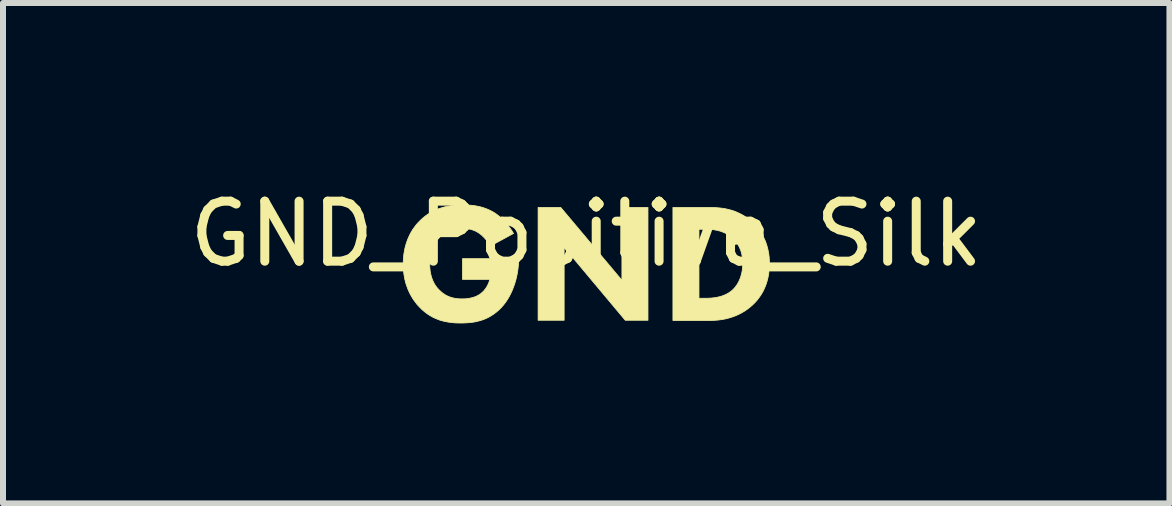
<source format=kicad_pcb>
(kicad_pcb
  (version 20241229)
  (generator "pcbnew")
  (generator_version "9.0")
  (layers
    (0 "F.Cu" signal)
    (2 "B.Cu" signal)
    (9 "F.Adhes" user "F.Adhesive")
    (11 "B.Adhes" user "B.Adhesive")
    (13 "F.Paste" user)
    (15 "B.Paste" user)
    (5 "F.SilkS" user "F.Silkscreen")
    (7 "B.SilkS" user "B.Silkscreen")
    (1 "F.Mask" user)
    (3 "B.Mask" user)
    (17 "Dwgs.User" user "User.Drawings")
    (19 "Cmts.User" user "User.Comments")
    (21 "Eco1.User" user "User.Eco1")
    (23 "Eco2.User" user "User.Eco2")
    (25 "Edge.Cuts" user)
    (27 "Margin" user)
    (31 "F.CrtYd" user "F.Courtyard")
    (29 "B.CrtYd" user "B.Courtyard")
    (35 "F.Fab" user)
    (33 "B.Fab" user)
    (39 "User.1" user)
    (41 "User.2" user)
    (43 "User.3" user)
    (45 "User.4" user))
  (footprint "GND_Positive_Silk"
    (layer "F.Cu")
    (at 6.72 1.348)
    (property "Reference" "GND_Positive_Silk" (at 0 -0.5 0) (unlocked yes) (layer "F.SilkS") (effects (font (size 1 1) (thickness 0.15))))
    (fp_poly (pts (xy 0.595 0.273) (xy 0.595 -0.941) (xy 1.029 -0.941) (xy 1.029 0.94) (xy 0.651 0.94) (xy -0.368 -0.277) (xy -0.368 0.94) (xy -0.802 0.94) (xy -0.802 -0.941) (xy -0.425 -0.941)) (stroke (width 0.013) (type solid)) (fill yes) (layer "F.SilkS"))
    (fp_poly (pts (xy 2.088 -0.94) (xy 2.134 -0.939) (xy 2.182 -0.936) (xy 2.229 -0.932) (xy 2.276 -0.926) (xy 2.324 -0.918) (xy 2.371 -0.907) (xy 2.418 -0.895) (xy 2.465 -0.88) (xy 2.512 -0.861) (xy 2.558 -0.84) (xy 2.604 -0.816) (xy 2.65 -0.788) (xy 2.694 -0.756) (xy 2.739 -0.72) (xy 2.782 -0.68) (xy 2.812 -0.649) (xy 2.841 -0.616) (xy 2.869 -0.582) (xy 2.894 -0.547) (xy 2.918 -0.51) (xy 2.941 -0.472) (xy 2.961 -0.433) (xy 2.98 -0.392) (xy 2.997 -0.349) (xy 3.011 -0.305) (xy 3.024 -0.259) (xy 3.034 -0.212) (xy 3.043 -0.163) (xy 3.049 -0.112) (xy 3.052 -0.06) (xy 3.054 -0.006) (xy 3.052 0.048) (xy 3.049 0.101) (xy 3.043 0.151) (xy 3.035 0.2) (xy 3.025 0.247) (xy 3.013 0.293) (xy 2.999 0.337) (xy 2.983 0.379) (xy 2.965 0.42) (xy 2.946 0.459) (xy 2.925 0.496) (xy 2.902 0.532) (xy 2.877 0.567) (xy 2.852 0.6) (xy 2.825 0.631) (xy 2.796 0.661) (xy 2.771 0.685) (xy 2.746 0.707) (xy 2.696 0.748) (xy 2.644 0.784) (xy 2.592 0.815) (xy 2.54 0.842) (xy 2.488 0.865) (xy 2.436 0.884) (xy 2.386 0.9) (xy 2.337 0.913) (xy 2.289 0.923) (xy 2.243 0.93) (xy 2.2 0.936) (xy 2.159 0.939) (xy 2.121 0.942) (xy 2.055 0.943) (xy 1.445 0.943) (xy 1.445 0.573) (xy 1.879 0.573) (xy 1.995 0.573) (xy 2.034 0.572) (xy 2.081 0.57) (xy 2.107 0.567) (xy 2.135 0.564) (xy 2.163 0.56) (xy 2.192 0.554) (xy 2.222 0.547) (xy 2.252 0.539) (xy 2.282 0.528) (xy 2.312 0.516) (xy 2.341 0.502) (xy 2.356 0.494) (xy 2.37 0.486) (xy 2.385 0.477) (xy 2.399 0.467) (xy 2.412 0.457) (xy 2.426 0.446) (xy 2.445 0.429) (xy 2.463 0.41) (xy 2.481 0.39) (xy 2.497 0.368) (xy 2.514 0.345) (xy 2.529 0.319) (xy 2.543 0.293) (xy 2.556 0.265) (xy 2.568 0.235) (xy 2.578 0.204) (xy 2.587 0.171) (xy 2.595 0.138) (xy 2.601 0.103) (xy 2.605 0.067) (xy 2.608 0.029) (xy 2.609 -0.009) (xy 2.608 -0.047) (xy 2.605 -0.083) (xy 2.601 -0.118) (xy 2.595 -0.15) (xy 2.588 -0.181) (xy 2.58 -0.21) (xy 2.57 -0.237) (xy 2.559 -0.262) (xy 2.548 -0.286) (xy 2.536 -0.309) (xy 2.523 -0.33) (xy 2.509 -0.35) (xy 2.496 -0.368) (xy 2.482 -0.385) (xy 2.468 -0.401) (xy 2.454 -0.415) (xy 2.441 -0.428) (xy 2.427 -0.44) (xy 2.399 -0.463) (xy 2.371 -0.482) (xy 2.342 -0.5) (xy 2.312 -0.515) (xy 2.282 -0.528) (xy 2.252 -0.54) (xy 2.222 -0.549) (xy 2.192 -0.557) (xy 2.162 -0.563) (xy 2.133 -0.568) (xy 2.104 -0.572) (xy 2.075 -0.574) (xy 2.048 -0.576) (xy 1.995 -0.577) (xy 1.879 -0.577) (xy 1.879 0.573) (xy 1.445 0.573) (xy 1.445 -0.941) (xy 2.041 -0.941)) (stroke (width 0.013) (type solid)) (fill yes) (layer "F.SilkS"))
    (fp_poly (pts (xy -1.984 -0.982) (xy -1.953 -0.98) (xy -1.921 -0.977) (xy -1.888 -0.974) (xy -1.855 -0.969) (xy -1.821 -0.963) (xy -1.787 -0.956) (xy -1.753 -0.948) (xy -1.719 -0.938) (xy -1.685 -0.926) (xy -1.65 -0.913) (xy -1.616 -0.898) (xy -1.582 -0.881) (xy -1.548 -0.863) (xy -1.515 -0.842) (xy -1.491 -0.825) (xy -1.468 -0.808) (xy -1.445 -0.789) (xy -1.423 -0.77) (xy -1.402 -0.75) (xy -1.381 -0.729) (xy -1.36 -0.708) (xy -1.341 -0.686) (xy -1.322 -0.664) (xy -1.303 -0.642) (xy -1.286 -0.619) (xy -1.269 -0.596) (xy -1.254 -0.574) (xy -1.239 -0.551) (xy -1.225 -0.529) (xy -1.212 -0.507) (xy -1.603 -0.295) (xy -1.61 -0.309) (xy -1.617 -0.323) (xy -1.625 -0.337) (xy -1.633 -0.35) (xy -1.642 -0.364) (xy -1.652 -0.377) (xy -1.661 -0.391) (xy -1.671 -0.404) (xy -1.682 -0.417) (xy -1.693 -0.43) (xy -1.705 -0.442) (xy -1.717 -0.454) (xy -1.729 -0.466) (xy -1.742 -0.478) (xy -1.755 -0.489) (xy -1.769 -0.5) (xy -1.785 -0.511) (xy -1.801 -0.522) (xy -1.818 -0.532) (xy -1.834 -0.541) (xy -1.851 -0.549) (xy -1.869 -0.557) (xy -1.886 -0.563) (xy -1.904 -0.569) (xy -1.922 -0.575) (xy -1.941 -0.579) (xy -1.96 -0.583) (xy -1.979 -0.586) (xy -1.998 -0.588) (xy -2.018 -0.59) (xy -2.038 -0.591) (xy -2.058 -0.591) (xy -2.09 -0.591) (xy -2.121 -0.589) (xy -2.151 -0.586) (xy -2.179 -0.581) (xy -2.207 -0.575) (xy -2.234 -0.569) (xy -2.259 -0.56) (xy -2.284 -0.551) (xy -2.308 -0.541) (xy -2.33 -0.53) (xy -2.352 -0.517) (xy -2.373 -0.504) (xy -2.392 -0.489) (xy -2.411 -0.474) (xy -2.429 -0.457) (xy -2.446 -0.44) (xy -2.465 -0.419) (xy -2.484 -0.396) (xy -2.5 -0.373) (xy -2.516 -0.348) (xy -2.531 -0.323) (xy -2.544 -0.297) (xy -2.556 -0.269) (xy -2.567 -0.241) (xy -2.577 -0.212) (xy -2.585 -0.183) (xy -2.592 -0.153) (xy -2.598 -0.122) (xy -2.603 -0.091) (xy -2.606 -0.059) (xy -2.608 -0.028) (xy -2.608 0.005) (xy -2.608 0.044) (xy -2.605 0.082) (xy -2.601 0.118) (xy -2.595 0.152) (xy -2.588 0.184) (xy -2.58 0.215) (xy -2.57 0.244) (xy -2.56 0.272) (xy -2.548 0.297) (xy -2.536 0.322) (xy -2.523 0.344) (xy -2.509 0.365) (xy -2.495 0.385) (xy -2.48 0.403) (xy -2.465 0.42) (xy -2.45 0.435) (xy -2.429 0.455) (xy -2.408 0.474) (xy -2.386 0.491) (xy -2.364 0.506) (xy -2.342 0.52) (xy -2.319 0.532) (xy -2.296 0.542) (xy -2.272 0.552) (xy -2.248 0.56) (xy -2.224 0.566) (xy -2.199 0.572) (xy -2.174 0.576) (xy -2.148 0.579) (xy -2.122 0.582) (xy -2.096 0.583) (xy -2.069 0.583) (xy -2.035 0.583) (xy -2.003 0.581) (xy -1.973 0.577) (xy -1.945 0.573) (xy -1.918 0.567) (xy -1.894 0.561) (xy -1.871 0.554) (xy -1.85 0.547) (xy -1.831 0.539) (xy -1.814 0.53) (xy -1.798 0.522) (xy -1.783 0.513) (xy -1.771 0.505) (xy -1.759 0.497) (xy -1.741 0.481) (xy -1.737 0.478) (xy -1.732 0.474) (xy -1.726 0.468) (xy -1.719 0.461) (xy -1.71 0.453) (xy -1.701 0.442) (xy -1.692 0.431) (xy -1.682 0.418) (xy -1.671 0.403) (xy -1.666 0.395) (xy -1.661 0.387) (xy -1.656 0.378) (xy -1.65 0.369) (xy -1.645 0.36) (xy -1.64 0.35) (xy -1.636 0.34) (xy -1.631 0.329) (xy -1.626 0.319) (xy -1.622 0.307) (xy -1.618 0.296) (xy -1.614 0.284) (xy -1.61 0.271) (xy -1.607 0.259) (xy -2.062 0.259) (xy -2.062 -0.09) (xy -2.062 -0.087) (xy -1.127 -0.087) (xy -1.127 -0.066) (xy -1.128 -0.021) (xy -1.131 0.025) (xy -1.136 0.074) (xy -1.143 0.124) (xy -1.152 0.176) (xy -1.163 0.228) (xy -1.177 0.282) (xy -1.193 0.335) (xy -1.212 0.388) (xy -1.233 0.441) (xy -1.257 0.493) (xy -1.283 0.544) (xy -1.312 0.593) (xy -1.344 0.64) (xy -1.379 0.686) (xy -1.416 0.728) (xy -1.455 0.767) (xy -1.496 0.802) (xy -1.536 0.833) (xy -1.577 0.86) (xy -1.619 0.885) (xy -1.661 0.906) (xy -1.703 0.924) (xy -1.746 0.939) (xy -1.789 0.951) (xy -1.832 0.962) (xy -1.874 0.97) (xy -1.917 0.976) (xy -1.96 0.98) (xy -2.002 0.983) (xy -2.045 0.985) (xy -2.086 0.985) (xy -2.128 0.985) (xy -2.171 0.984) (xy -2.214 0.981) (xy -2.257 0.976) (xy -2.3 0.97) (xy -2.344 0.962) (xy -2.388 0.952) (xy -2.432 0.94) (xy -2.475 0.924) (xy -2.519 0.906) (xy -2.563 0.885) (xy -2.606 0.86) (xy -2.649 0.832) (xy -2.691 0.8) (xy -2.733 0.765) (xy -2.774 0.724) (xy -2.795 0.702) (xy -2.818 0.677) (xy -2.84 0.648) (xy -2.863 0.618) (xy -2.887 0.584) (xy -2.909 0.547) (xy -2.932 0.507) (xy -2.953 0.464) (xy -2.973 0.418) (xy -2.982 0.394) (xy -2.991 0.369) (xy -3 0.344) (xy -3.008 0.317) (xy -3.015 0.29) (xy -3.022 0.262) (xy -3.028 0.233) (xy -3.033 0.204) (xy -3.038 0.173) (xy -3.042 0.142) (xy -3.045 0.11) (xy -3.048 0.077) (xy -3.049 0.043) (xy -3.049 0.008) (xy -3.049 -0.049) (xy -3.045 -0.105) (xy -3.04 -0.159) (xy -3.031 -0.212) (xy -3.021 -0.263) (xy -3.008 -0.313) (xy -2.993 -0.361) (xy -2.976 -0.407) (xy -2.957 -0.451) (xy -2.937 -0.493) (xy -2.915 -0.534) (xy -2.891 -0.573) (xy -2.865 -0.609) (xy -2.839 -0.644) (xy -2.811 -0.677) (xy -2.781 -0.708) (xy -2.76 -0.73) (xy -2.738 -0.75) (xy -2.693 -0.789) (xy -2.647 -0.822) (xy -2.601 -0.852) (xy -2.554 -0.878) (xy -2.506 -0.9) (xy -2.458 -0.919) (xy -2.41 -0.935) (xy -2.362 -0.949) (xy -2.315 -0.959) (xy -2.267 -0.967) (xy -2.221 -0.974) (xy -2.175 -0.978) (xy -2.13 -0.981) (xy -2.086 -0.983) (xy -2.044 -0.983)) (stroke (width 0.013) (type solid)) (fill yes) (layer "F.SilkS")))
  (gr_rect
    (start -3 -3)
    (end 16.44 5.34)
    (stroke (width 0.1) (type default))
    (fill no)
    (layer "Edge.Cuts")))
</source>
